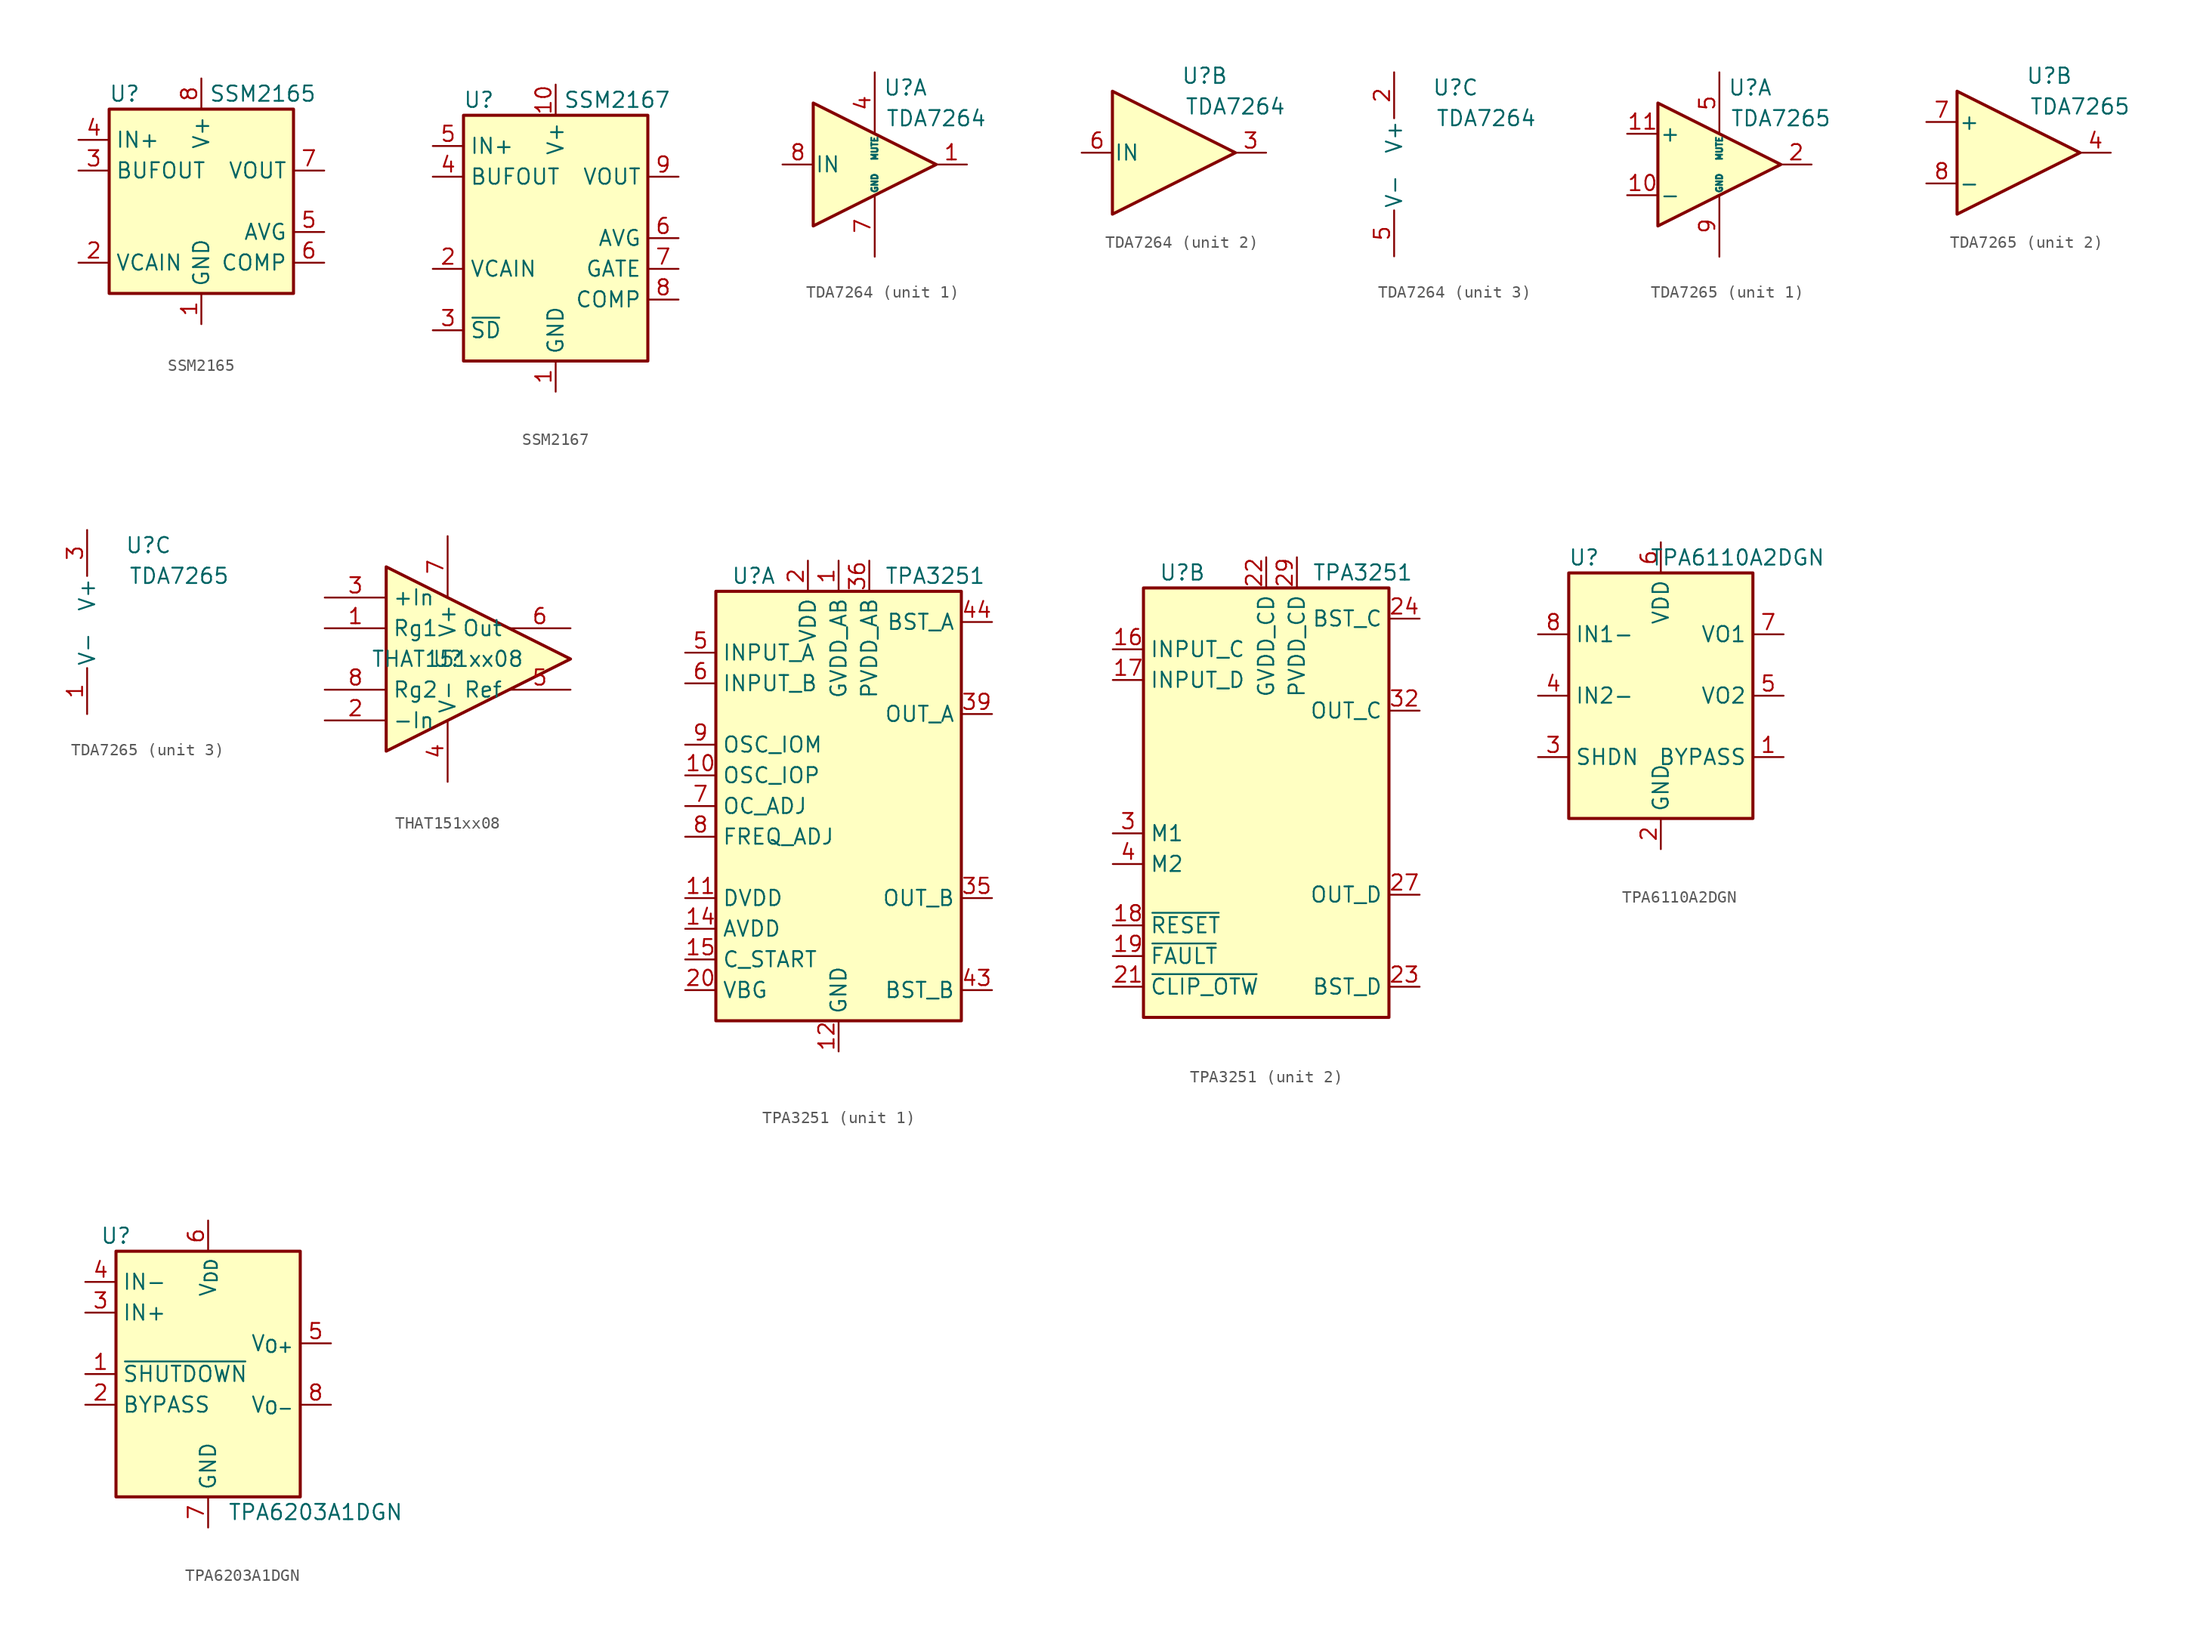
<source format=kicad_sym>
(kicad_symbol_lib
  (version 20231120)
  (generator "kicad_symbol_editor")
  (generator_version "8.0")
  (symbol "SSM2165"
    (property "Reference" "U"
      (at -6.35 8.89 0)
      (effects (font (size 1.27 1.27))))
    (property "Value" "SSM2165"
      (at 5.08 8.89 0)
      (effects (font (size 1.27 1.27))))
    (symbol "SSM2165_0_1"
      (rectangle (start -7.62 7.62) (end 7.62 -7.62) (stroke (width 0.254) (type default)) (fill (type background))))
    (symbol "SSM2165_1_1"
      (pin power_in line (at 0 -10.16 90) (length 2.54) (name "GND" (effects (font (size 1.27 1.27)))) (number "1" (effects (font (size 1.27 1.27)))))
      (pin input line (at -10.16 -5.08 0) (length 2.54) (name "VCAIN" (effects (font (size 1.27 1.27)))) (number "2" (effects (font (size 1.27 1.27)))))
      (pin output line (at -10.16 2.54 0) (length 2.54) (name "BUFOUT" (effects (font (size 1.27 1.27)))) (number "3" (effects (font (size 1.27 1.27)))))
      (pin input line (at -10.16 5.08 0) (length 2.54) (name "IN+" (effects (font (size 1.27 1.27)))) (number "4" (effects (font (size 1.27 1.27)))))
      (pin passive line (at 10.16 -2.54 180) (length 2.54) (name "AVG" (effects (font (size 1.27 1.27)))) (number "5" (effects (font (size 1.27 1.27)))))
      (pin passive line (at 10.16 -5.08 180) (length 2.54) (name "COMP" (effects (font (size 1.27 1.27)))) (number "6" (effects (font (size 1.27 1.27)))))
      (pin output line (at 10.16 2.54 180) (length 2.54) (name "VOUT" (effects (font (size 1.27 1.27)))) (number "7" (effects (font (size 1.27 1.27)))))
      (pin power_in line (at 0 10.16 270) (length 2.54) (name "V+" (effects (font (size 1.27 1.27)))) (number "8" (effects (font (size 1.27 1.27)))))))
  (symbol "SSM2167"
    (property "Reference" "U"
      (at -6.35 11.43 0)
      (effects (font (size 1.27 1.27))))
    (property "Value" "SSM2167"
      (at 5.08 11.43 0)
      (effects (font (size 1.27 1.27))))
    (symbol "SSM2167_0_1"
      (rectangle (start -7.62 10.16) (end 7.62 -10.16) (stroke (width 0.254) (type default)) (fill (type background))))
    (symbol "SSM2167_1_1"
      (pin power_in line (at 0 -12.7 90) (length 2.54) (name "GND" (effects (font (size 1.27 1.27)))) (number "1" (effects (font (size 1.27 1.27)))))
      (pin power_in line (at 0 12.7 270) (length 2.54) (name "V+" (effects (font (size 1.27 1.27)))) (number "10" (effects (font (size 1.27 1.27)))))
      (pin input line (at -10.16 -2.54 0) (length 2.54) (name "VCAIN" (effects (font (size 1.27 1.27)))) (number "2" (effects (font (size 1.27 1.27)))))
      (pin input line (at -10.16 -7.62 0) (length 2.54) (name "~{SD}" (effects (font (size 1.27 1.27)))) (number "3" (effects (font (size 1.27 1.27)))))
      (pin output line (at -10.16 5.08 0) (length 2.54) (name "BUFOUT" (effects (font (size 1.27 1.27)))) (number "4" (effects (font (size 1.27 1.27)))))
      (pin input line (at -10.16 7.62 0) (length 2.54) (name "IN+" (effects (font (size 1.27 1.27)))) (number "5" (effects (font (size 1.27 1.27)))))
      (pin passive line (at 10.16 0 180) (length 2.54) (name "AVG" (effects (font (size 1.27 1.27)))) (number "6" (effects (font (size 1.27 1.27)))))
      (pin passive line (at 10.16 -2.54 180) (length 2.54) (name "GATE" (effects (font (size 1.27 1.27)))) (number "7" (effects (font (size 1.27 1.27)))))
      (pin passive line (at 10.16 -5.08 180) (length 2.54) (name "COMP" (effects (font (size 1.27 1.27)))) (number "8" (effects (font (size 1.27 1.27)))))
      (pin output line (at 10.16 5.08 180) (length 2.54) (name "VOUT" (effects (font (size 1.27 1.27)))) (number "9" (effects (font (size 1.27 1.27)))))))
  (symbol "TDA7264"
    (pin_names
      (offset 0.127))
    (property "Reference" "U"
      (at 2.54 6.35 0)
      (effects (font (size 1.27 1.27))))
    (property "Value" "TDA7264"
      (at 5.08 3.81 0)
      (effects (font (size 1.27 1.27))))
    (property "ki_locked" ""
      (at 0 0 0)
      (effects (font (size 1.27 1.27))))
    (symbol "TDA7264_1_1"
      (polyline (pts (xy 5.08 0) (xy -5.08 5.08) (xy -5.08 -5.08) (xy 5.08 0)) (stroke (width 0.254) (type default)) (fill (type background)))
      (pin output line (at 7.62 0 180) (length 2.54) (name "~" (effects (font (size 1.27 1.27)))) (number "1" (effects (font (size 1.27 1.27)))))
      (pin input line (at 0 7.62 270) (length 5.08) (name "MUTE" (effects (font (size 0.508 0.508)))) (number "4" (effects (font (size 1.27 1.27)))))
      (pin power_in line (at 0 -7.62 90) (length 5.08) (name "GND" (effects (font (size 0.508 0.508)))) (number "7" (effects (font (size 1.27 1.27)))))
      (pin input line (at -7.62 0 0) (length 2.54) (name "IN" (effects (font (size 1.27 1.27)))) (number "8" (effects (font (size 1.27 1.27))))))
    (symbol "TDA7264_2_1"
      (polyline (pts (xy 5.08 0) (xy -5.08 5.08) (xy -5.08 -5.08) (xy 5.08 0)) (stroke (width 0.254) (type default)) (fill (type background)))
      (pin output line (at 7.62 0 180) (length 2.54) (name "~" (effects (font (size 1.27 1.27)))) (number "3" (effects (font (size 1.27 1.27)))))
      (pin input line (at -7.62 0 0) (length 2.54) (name "IN" (effects (font (size 1.27 1.27)))) (number "6" (effects (font (size 1.27 1.27))))))
    (symbol "TDA7264_3_1"
      (pin power_in line (at -2.54 7.62 270) (length 3.81) (name "V+" (effects (font (size 1.27 1.27)))) (number "2" (effects (font (size 1.27 1.27)))))
      (pin power_in line (at -2.54 -7.62 90) (length 3.81) (name "V-" (effects (font (size 1.27 1.27)))) (number "5" (effects (font (size 1.27 1.27)))))))
  (symbol "TDA7265"
    (pin_names
      (offset 0.127))
    (property "Reference" "U"
      (at 2.54 6.35 0)
      (effects (font (size 1.27 1.27))))
    (property "Value" "TDA7265"
      (at 5.08 3.81 0)
      (effects (font (size 1.27 1.27))))
    (property "ki_locked" ""
      (at 0 0 0)
      (effects (font (size 1.27 1.27))))
    (symbol "TDA7265_1_1"
      (polyline (pts (xy 5.08 0) (xy -5.08 5.08) (xy -5.08 -5.08) (xy 5.08 0)) (stroke (width 0.254) (type default)) (fill (type background)))
      (pin input line (at -7.62 -2.54 0) (length 2.54) (name "-" (effects (font (size 1.27 1.27)))) (number "10" (effects (font (size 1.27 1.27)))))
      (pin input line (at -7.62 2.54 0) (length 2.54) (name "+" (effects (font (size 1.27 1.27)))) (number "11" (effects (font (size 1.27 1.27)))))
      (pin output line (at 7.62 0 180) (length 2.54) (name "~" (effects (font (size 1.27 1.27)))) (number "2" (effects (font (size 1.27 1.27)))))
      (pin input line (at 0 7.62 270) (length 5.08) (name "MUTE" (effects (font (size 0.508 0.508)))) (number "5" (effects (font (size 1.27 1.27)))))
      (pin power_in line (at 0 -7.62 90) (length 5.08) (name "GND" (effects (font (size 0.508 0.508)))) (number "9" (effects (font (size 1.27 1.27))))))
    (symbol "TDA7265_2_1"
      (polyline (pts (xy 5.08 0) (xy -5.08 5.08) (xy -5.08 -5.08) (xy 5.08 0)) (stroke (width 0.254) (type default)) (fill (type background)))
      (pin output line (at 7.62 0 180) (length 2.54) (name "~" (effects (font (size 1.27 1.27)))) (number "4" (effects (font (size 1.27 1.27)))))
      (pin input line (at -7.62 2.54 0) (length 2.54) (name "+" (effects (font (size 1.27 1.27)))) (number "7" (effects (font (size 1.27 1.27)))))
      (pin input line (at -7.62 -2.54 0) (length 2.54) (name "-" (effects (font (size 1.27 1.27)))) (number "8" (effects (font (size 1.27 1.27))))))
    (symbol "TDA7265_3_1"
      (pin power_in line (at -2.54 -7.62 90) (length 3.81) (name "V-" (effects (font (size 1.27 1.27)))) (number "1" (effects (font (size 1.27 1.27)))))
      (pin power_in line (at -2.54 7.62 270) (length 3.81) (name "V+" (effects (font (size 1.27 1.27)))) (number "3" (effects (font (size 1.27 1.27)))))
      (pin passive line (at -2.54 -7.62 90) (length 3.81) hide (name "V-" (effects (font (size 1.27 1.27)))) (number "6" (effects (font (size 1.27 1.27)))))))
  (symbol "THAT151xx08"
    (property "Reference" "U"
      (at 0 0 0)
      (effects (font (size 1.27 1.27))))
    (property "Value" "THAT151xx08"
      (at 0 0 0)
      (effects (font (size 1.27 1.27))))
    (symbol "THAT151xx08_0_1"
      (polyline (pts (xy -5.08 7.62) (xy -5.08 -7.62) (xy 10.16 0) (xy -5.08 7.62)) (stroke (width 0.254) (type default)) (fill (type background))))
    (symbol "THAT151xx08_1_1"
      (pin passive line (at -10.16 2.54 0) (length 5.08) (name "Rg1" (effects (font (size 1.27 1.27)))) (number "1" (effects (font (size 1.27 1.27)))))
      (pin input line (at -10.16 -5.08 0) (length 5.08) (name "-In" (effects (font (size 1.27 1.27)))) (number "2" (effects (font (size 1.27 1.27)))))
      (pin input line (at -10.16 5.08 0) (length 5.08) (name "+In" (effects (font (size 1.27 1.27)))) (number "3" (effects (font (size 1.27 1.27)))))
      (pin power_in line (at 0 -10.16 90) (length 5.08) (name "V-" (effects (font (size 1.27 1.27)))) (number "4" (effects (font (size 1.27 1.27)))))
      (pin output line (at 10.16 -2.54 180) (length 5.08) (name "Ref" (effects (font (size 1.27 1.27)))) (number "5" (effects (font (size 1.27 1.27)))))
      (pin output line (at 10.16 2.54 180) (length 5.08) (name "Out" (effects (font (size 1.27 1.27)))) (number "6" (effects (font (size 1.27 1.27)))))
      (pin power_in line (at 0 10.16 270) (length 5.08) (name "V+" (effects (font (size 1.27 1.27)))) (number "7" (effects (font (size 1.27 1.27)))))
      (pin passive line (at -10.16 -2.54 0) (length 5.08) (name "Rg2" (effects (font (size 1.27 1.27)))) (number "8" (effects (font (size 1.27 1.27)))))))
  (symbol "TPA3251"
    (property "Reference" "U"
      (at -8.89 19.05 0)
      (effects (font (size 1.27 1.27)) (justify left)))
    (property "Value" "TPA3251"
      (at 3.81 19.05 0)
      (effects (font (size 1.27 1.27)) (justify left)))
    (property "ki_locked" ""
      (at 0 0 0)
      (effects (font (size 1.27 1.27))))
    (symbol "TPA3251_0_1"
      (rectangle (start -10.16 -17.78) (end 10.16 17.78) (stroke (width 0.254) (type default)) (fill (type background))))
    (symbol "TPA3251_1_1"
      (pin power_in line (at 0 20.32 270) (length 2.54) (name "GVDD_AB" (effects (font (size 1.27 1.27)))) (number "1" (effects (font (size 1.27 1.27)))))
      (pin bidirectional line (at -12.7 2.54 0) (length 2.54) (name "OSC_IOP" (effects (font (size 1.27 1.27)))) (number "10" (effects (font (size 1.27 1.27)))))
      (pin passive line (at -12.7 -7.62 0) (length 2.54) (name "DVDD" (effects (font (size 1.27 1.27)))) (number "11" (effects (font (size 1.27 1.27)))))
      (pin power_in line (at 0 -20.32 90) (length 2.54) (name "GND" (effects (font (size 1.27 1.27)))) (number "12" (effects (font (size 1.27 1.27)))))
      (pin passive line (at 0 -20.32 90) (length 2.54) hide (name "GND" (effects (font (size 1.27 1.27)))) (number "13" (effects (font (size 1.27 1.27)))))
      (pin passive line (at -12.7 -10.16 0) (length 2.54) (name "AVDD" (effects (font (size 1.27 1.27)))) (number "14" (effects (font (size 1.27 1.27)))))
      (pin passive line (at -12.7 -12.7 0) (length 2.54) (name "C_START" (effects (font (size 1.27 1.27)))) (number "15" (effects (font (size 1.27 1.27)))))
      (pin power_in line (at -2.54 20.32 270) (length 2.54) (name "VDD" (effects (font (size 1.27 1.27)))) (number "2" (effects (font (size 1.27 1.27)))))
      (pin passive line (at -12.7 -15.24 0) (length 2.54) (name "VBG" (effects (font (size 1.27 1.27)))) (number "20" (effects (font (size 1.27 1.27)))))
      (pin passive line (at 0 -20.32 90) (length 2.54) hide (name "GND" (effects (font (size 1.27 1.27)))) (number "25" (effects (font (size 1.27 1.27)))))
      (pin passive line (at 0 -20.32 90) (length 2.54) hide (name "GND" (effects (font (size 1.27 1.27)))) (number "26" (effects (font (size 1.27 1.27)))))
      (pin passive line (at 0 -20.32 90) (length 2.54) hide (name "GND" (effects (font (size 1.27 1.27)))) (number "33" (effects (font (size 1.27 1.27)))))
      (pin passive line (at 0 -20.32 90) (length 2.54) hide (name "GND" (effects (font (size 1.27 1.27)))) (number "34" (effects (font (size 1.27 1.27)))))
      (pin output line (at 12.7 -7.62 180) (length 2.54) (name "OUT_B" (effects (font (size 1.27 1.27)))) (number "35" (effects (font (size 1.27 1.27)))))
      (pin power_in line (at 2.54 20.32 270) (length 2.54) (name "PVDD_AB" (effects (font (size 1.27 1.27)))) (number "36" (effects (font (size 1.27 1.27)))))
      (pin passive line (at 2.54 20.32 270) (length 2.54) hide (name "PVDD_AB" (effects (font (size 1.27 1.27)))) (number "37" (effects (font (size 1.27 1.27)))))
      (pin passive line (at 2.54 20.32 270) (length 2.54) hide (name "PVDD_AB" (effects (font (size 1.27 1.27)))) (number "38" (effects (font (size 1.27 1.27)))))
      (pin output line (at 12.7 7.62 180) (length 2.54) (name "OUT_A" (effects (font (size 1.27 1.27)))) (number "39" (effects (font (size 1.27 1.27)))))
      (pin passive line (at 12.7 7.62 180) (length 2.54) hide (name "OUT_A" (effects (font (size 1.27 1.27)))) (number "40" (effects (font (size 1.27 1.27)))))
      (pin passive line (at 0 -20.32 90) (length 2.54) hide (name "GND" (effects (font (size 1.27 1.27)))) (number "41" (effects (font (size 1.27 1.27)))))
      (pin passive line (at 0 -20.32 90) (length 2.54) hide (name "GND" (effects (font (size 1.27 1.27)))) (number "42" (effects (font (size 1.27 1.27)))))
      (pin passive line (at 12.7 -15.24 180) (length 2.54) (name "BST_B" (effects (font (size 1.27 1.27)))) (number "43" (effects (font (size 1.27 1.27)))))
      (pin passive line (at 12.7 15.24 180) (length 2.54) (name "BST_A" (effects (font (size 1.27 1.27)))) (number "44" (effects (font (size 1.27 1.27)))))
      (pin input line (at -12.7 12.7 0) (length 2.54) (name "INPUT_A" (effects (font (size 1.27 1.27)))) (number "5" (effects (font (size 1.27 1.27)))))
      (pin input line (at -12.7 10.16 0) (length 2.54) (name "INPUT_B" (effects (font (size 1.27 1.27)))) (number "6" (effects (font (size 1.27 1.27)))))
      (pin passive line (at -12.7 0 0) (length 2.54) (name "OC_ADJ" (effects (font (size 1.27 1.27)))) (number "7" (effects (font (size 1.27 1.27)))))
      (pin passive line (at -12.7 -2.54 0) (length 2.54) (name "FREQ_ADJ" (effects (font (size 1.27 1.27)))) (number "8" (effects (font (size 1.27 1.27)))))
      (pin bidirectional line (at -12.7 5.08 0) (length 2.54) (name "OSC_IOM" (effects (font (size 1.27 1.27)))) (number "9" (effects (font (size 1.27 1.27))))))
    (symbol "TPA3251_2_1"
      (pin input line (at -12.7 12.7 0) (length 2.54) (name "INPUT_C" (effects (font (size 1.27 1.27)))) (number "16" (effects (font (size 1.27 1.27)))))
      (pin input line (at -12.7 10.16 0) (length 2.54) (name "INPUT_D" (effects (font (size 1.27 1.27)))) (number "17" (effects (font (size 1.27 1.27)))))
      (pin input line (at -12.7 -10.16 0) (length 2.54) (name "~{RESET}" (effects (font (size 1.27 1.27)))) (number "18" (effects (font (size 1.27 1.27)))))
      (pin open_collector line (at -12.7 -12.7 0) (length 2.54) (name "~{FAULT}" (effects (font (size 1.27 1.27)))) (number "19" (effects (font (size 1.27 1.27)))))
      (pin open_collector line (at -12.7 -15.24 0) (length 2.54) (name "~{CLIP_OTW}" (effects (font (size 1.27 1.27)))) (number "21" (effects (font (size 1.27 1.27)))))
      (pin power_in line (at 0 20.32 270) (length 2.54) (name "GVDD_CD" (effects (font (size 1.27 1.27)))) (number "22" (effects (font (size 1.27 1.27)))))
      (pin passive line (at 12.7 -15.24 180) (length 2.54) (name "BST_D" (effects (font (size 1.27 1.27)))) (number "23" (effects (font (size 1.27 1.27)))))
      (pin passive line (at 12.7 15.24 180) (length 2.54) (name "BST_C" (effects (font (size 1.27 1.27)))) (number "24" (effects (font (size 1.27 1.27)))))
      (pin output line (at 12.7 -7.62 180) (length 2.54) (name "OUT_D" (effects (font (size 1.27 1.27)))) (number "27" (effects (font (size 1.27 1.27)))))
      (pin passive line (at 12.7 -7.62 180) (length 2.54) hide (name "OUT_D" (effects (font (size 1.27 1.27)))) (number "28" (effects (font (size 1.27 1.27)))))
      (pin power_in line (at 2.54 20.32 270) (length 2.54) (name "PVDD_CD" (effects (font (size 1.27 1.27)))) (number "29" (effects (font (size 1.27 1.27)))))
      (pin input line (at -12.7 -2.54 0) (length 2.54) (name "M1" (effects (font (size 1.27 1.27)))) (number "3" (effects (font (size 1.27 1.27)))))
      (pin passive line (at 2.54 20.32 270) (length 2.54) hide (name "PVDD_CD" (effects (font (size 1.27 1.27)))) (number "30" (effects (font (size 1.27 1.27)))))
      (pin passive line (at 2.54 20.32 270) (length 2.54) hide (name "PVDD_CD" (effects (font (size 1.27 1.27)))) (number "31" (effects (font (size 1.27 1.27)))))
      (pin output line (at 12.7 7.62 180) (length 2.54) (name "OUT_C" (effects (font (size 1.27 1.27)))) (number "32" (effects (font (size 1.27 1.27)))))
      (pin input line (at -12.7 -5.08 0) (length 2.54) (name "M2" (effects (font (size 1.27 1.27)))) (number "4" (effects (font (size 1.27 1.27)))))))
  (symbol "TPA6110A2DGN"
    (property "Reference" "U"
      (at -6.35 11.43 0)
      (effects (font (size 1.27 1.27))))
    (property "Value" "TPA6110A2DGN"
      (at 6.35 11.43 0)
      (effects (font (size 1.27 1.27))))
    (symbol "TPA6110A2DGN_0_1"
      (rectangle (start -7.62 10.16) (end 7.62 -10.16) (stroke (width 0.254) (type default)) (fill (type background))))
    (symbol "TPA6110A2DGN_1_1"
      (pin passive line (at 10.16 -5.08 180) (length 2.54) (name "BYPASS" (effects (font (size 1.27 1.27)))) (number "1" (effects (font (size 1.27 1.27)))))
      (pin power_in line (at 0 -12.7 90) (length 2.54) (name "GND" (effects (font (size 1.27 1.27)))) (number "2" (effects (font (size 1.27 1.27)))))
      (pin input line (at -10.16 -5.08 0) (length 2.54) (name "SHDN" (effects (font (size 1.27 1.27)))) (number "3" (effects (font (size 1.27 1.27)))))
      (pin input line (at -10.16 0 0) (length 2.54) (name "IN2-" (effects (font (size 1.27 1.27)))) (number "4" (effects (font (size 1.27 1.27)))))
      (pin output line (at 10.16 0 180) (length 2.54) (name "VO2" (effects (font (size 1.27 1.27)))) (number "5" (effects (font (size 1.27 1.27)))))
      (pin power_in line (at 0 12.7 270) (length 2.54) (name "VDD" (effects (font (size 1.27 1.27)))) (number "6" (effects (font (size 1.27 1.27)))))
      (pin output line (at 10.16 5.08 180) (length 2.54) (name "VO1" (effects (font (size 1.27 1.27)))) (number "7" (effects (font (size 1.27 1.27)))))
      (pin input line (at -10.16 5.08 0) (length 2.54) (name "IN1-" (effects (font (size 1.27 1.27)))) (number "8" (effects (font (size 1.27 1.27)))))
      (pin passive line (at 0 -12.7 90) (length 2.54) hide (name "GND" (effects (font (size 1.27 1.27)))) (number "9" (effects (font (size 1.27 1.27)))))))
  (symbol "TPA6203A1DGN"
    (property "Reference" "U"
      (at -7.62 11.43 0)
      (effects (font (size 1.27 1.27))))
    (property "Value" "TPA6203A1DGN"
      (at 8.89 -11.43 0)
      (effects (font (size 1.27 1.27))))
    (symbol "TPA6203A1DGN_0_1"
      (rectangle (start -7.62 10.16) (end 7.62 -10.16) (stroke (width 0.254) (type default)) (fill (type background))))
    (symbol "TPA6203A1DGN_1_1"
      (pin input line (at -10.16 0 0) (length 2.54) (name "~{SHUTDOWN}" (effects (font (size 1.27 1.27)))) (number "1" (effects (font (size 1.27 1.27)))))
      (pin input line (at -10.16 -2.54 0) (length 2.54) (name "BYPASS" (effects (font (size 1.27 1.27)))) (number "2" (effects (font (size 1.27 1.27)))))
      (pin input line (at -10.16 5.08 0) (length 2.54) (name "IN+" (effects (font (size 1.27 1.27)))) (number "3" (effects (font (size 1.27 1.27)))))
      (pin input line (at -10.16 7.62 0) (length 2.54) (name "IN-" (effects (font (size 1.27 1.27)))) (number "4" (effects (font (size 1.27 1.27)))))
      (pin output line (at 10.16 2.54 180) (length 2.54) (name "V_{O+}" (effects (font (size 1.27 1.27)))) (number "5" (effects (font (size 1.27 1.27)))))
      (pin power_in line (at 0 12.7 270) (length 2.54) (name "V_{DD}" (effects (font (size 1.27 1.27)))) (number "6" (effects (font (size 1.27 1.27)))))
      (pin power_in line (at 0 -12.7 90) (length 2.54) (name "GND" (effects (font (size 1.27 1.27)))) (number "7" (effects (font (size 1.27 1.27)))))
      (pin output line (at 10.16 -2.54 180) (length 2.54) (name "V_{O-}" (effects (font (size 1.27 1.27)))) (number "8" (effects (font (size 1.27 1.27)))))
      (pin passive line (at 0 -12.7 90) (length 2.54) hide (name "GND" (effects (font (size 1.27 1.27)))) (number "9" (effects (font (size 1.27 1.27))))))))
</source>
